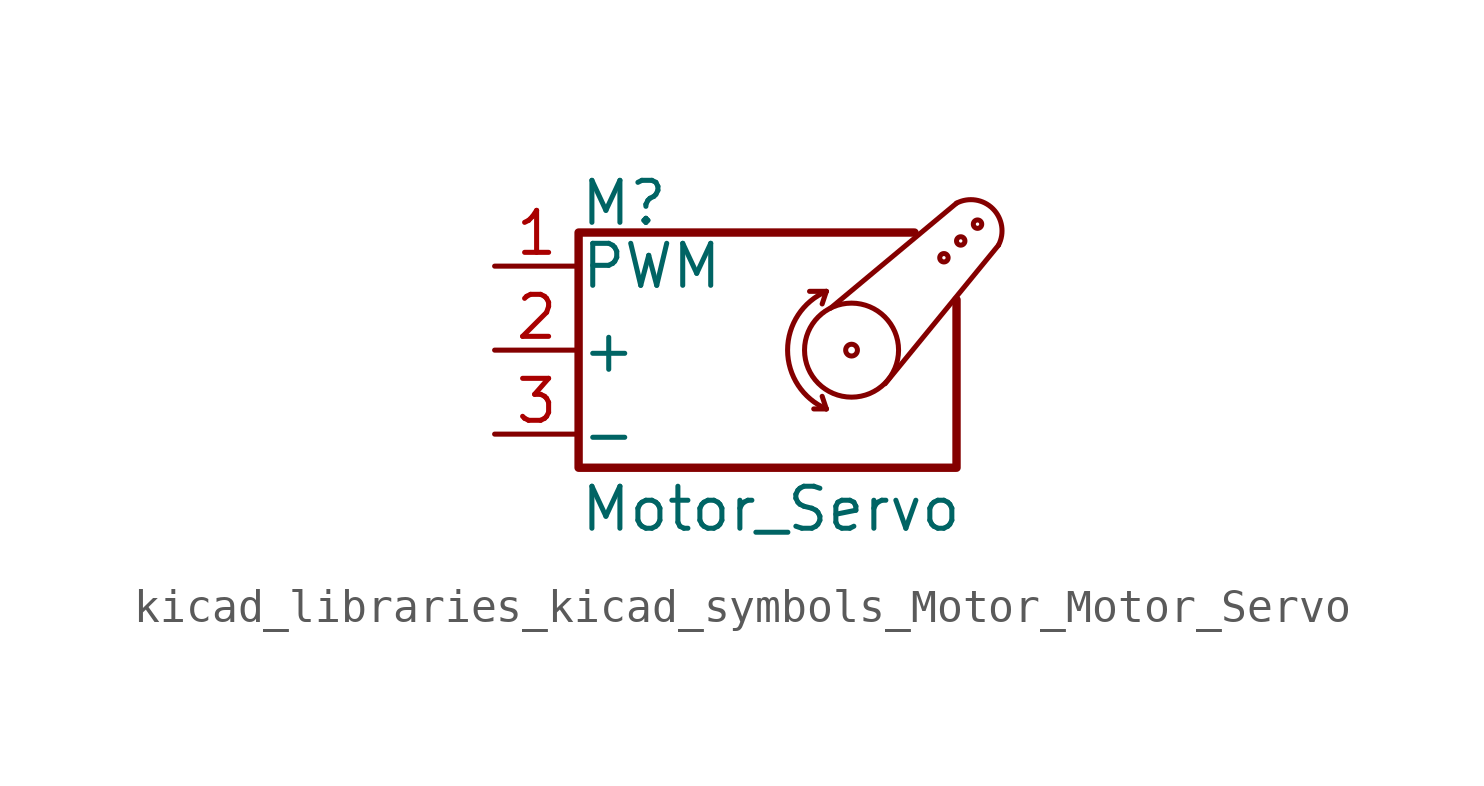
<source format=kicad_sym>
(kicad_symbol_lib
  (version 20220914)
  (generator kicad_symbol_editor)
  (symbol "kicad_libraries_kicad_symbols_Motor_Motor_Servo"
    (pin_names
      (offset 0.025))
    (property "Reference" "M"
      (at -5.08 4.445 0)
      (effects (font (size 1.27 1.27)) (justify left)))
    (property "Value" "Motor_Servo"
      (at -5.08 -4.064 0)
      (effects (font (size 1.27 1.27)) (justify left top)))
    (symbol "kicad_libraries_kicad_symbols_Motor_Motor_Servo_0_1"
      (polyline (pts (xy 2.413 -1.778) (xy 2.032 -1.778)) (stroke (width 0) (type default)) (fill (type none)))
      (polyline (pts (xy 2.413 -1.778) (xy 2.286 -1.397)) (stroke (width 0) (type default)) (fill (type none)))
      (polyline (pts (xy 2.413 1.778) (xy 1.905 1.778)) (stroke (width 0) (type default)) (fill (type none)))
      (polyline (pts (xy 2.413 1.778) (xy 2.286 1.397)) (stroke (width 0) (type default)) (fill (type none)))
      (polyline (pts (xy 6.35 4.445) (xy 2.54 1.27)) (stroke (width 0) (type default)) (fill (type none)))
      (polyline (pts (xy 7.62 3.175) (xy 4.191 -1.016)) (stroke (width 0) (type default)) (fill (type none)))
      (polyline (pts (xy 5.08 3.556) (xy -5.08 3.556) (xy -5.08 -3.556) (xy 6.35 -3.556) (xy 6.35 1.524)) (stroke (width 0.254) (type default)) (fill (type none)))
      (arc (start 2.413 1.778) (mid 1.2406 0) (end 2.413 -1.778) (stroke (width 0) (type default)) (fill (type none)))
      (circle (center 3.175 0) (radius 0.178) (stroke (width 0) (type default)) (fill (type none)))
      (circle (center 3.175 0) (radius 1.422) (stroke (width 0) (type default)) (fill (type none)))
      (circle (center 5.969 2.794) (radius 0.127) (stroke (width 0) (type default)) (fill (type none)))
      (circle (center 6.477 3.302) (radius 0.127) (stroke (width 0) (type default)) (fill (type none)))
      (circle (center 6.985 3.81) (radius 0.127) (stroke (width 0) (type default)) (fill (type none)))
      (arc (start 7.62 3.175) (mid 7.4485 4.2735) (end 6.35 4.445) (stroke (width 0) (type default)) (fill (type none))))
    (symbol "kicad_libraries_kicad_symbols_Motor_Motor_Servo_1_1"
      (pin passive line (at -7.62 2.54 0) (length 2.54) (name "PWM" (effects (font (size 1.27 1.27)))) (number "1" (effects (font (size 1.27 1.27)))))
      (pin passive line (at -7.62 0 0) (length 2.54) (name "+" (effects (font (size 1.27 1.27)))) (number "2" (effects (font (size 1.27 1.27)))))
      (pin passive line (at -7.62 -2.54 0) (length 2.54) (name "-" (effects (font (size 1.27 1.27)))) (number "3" (effects (font (size 1.27 1.27))))))))
</source>
